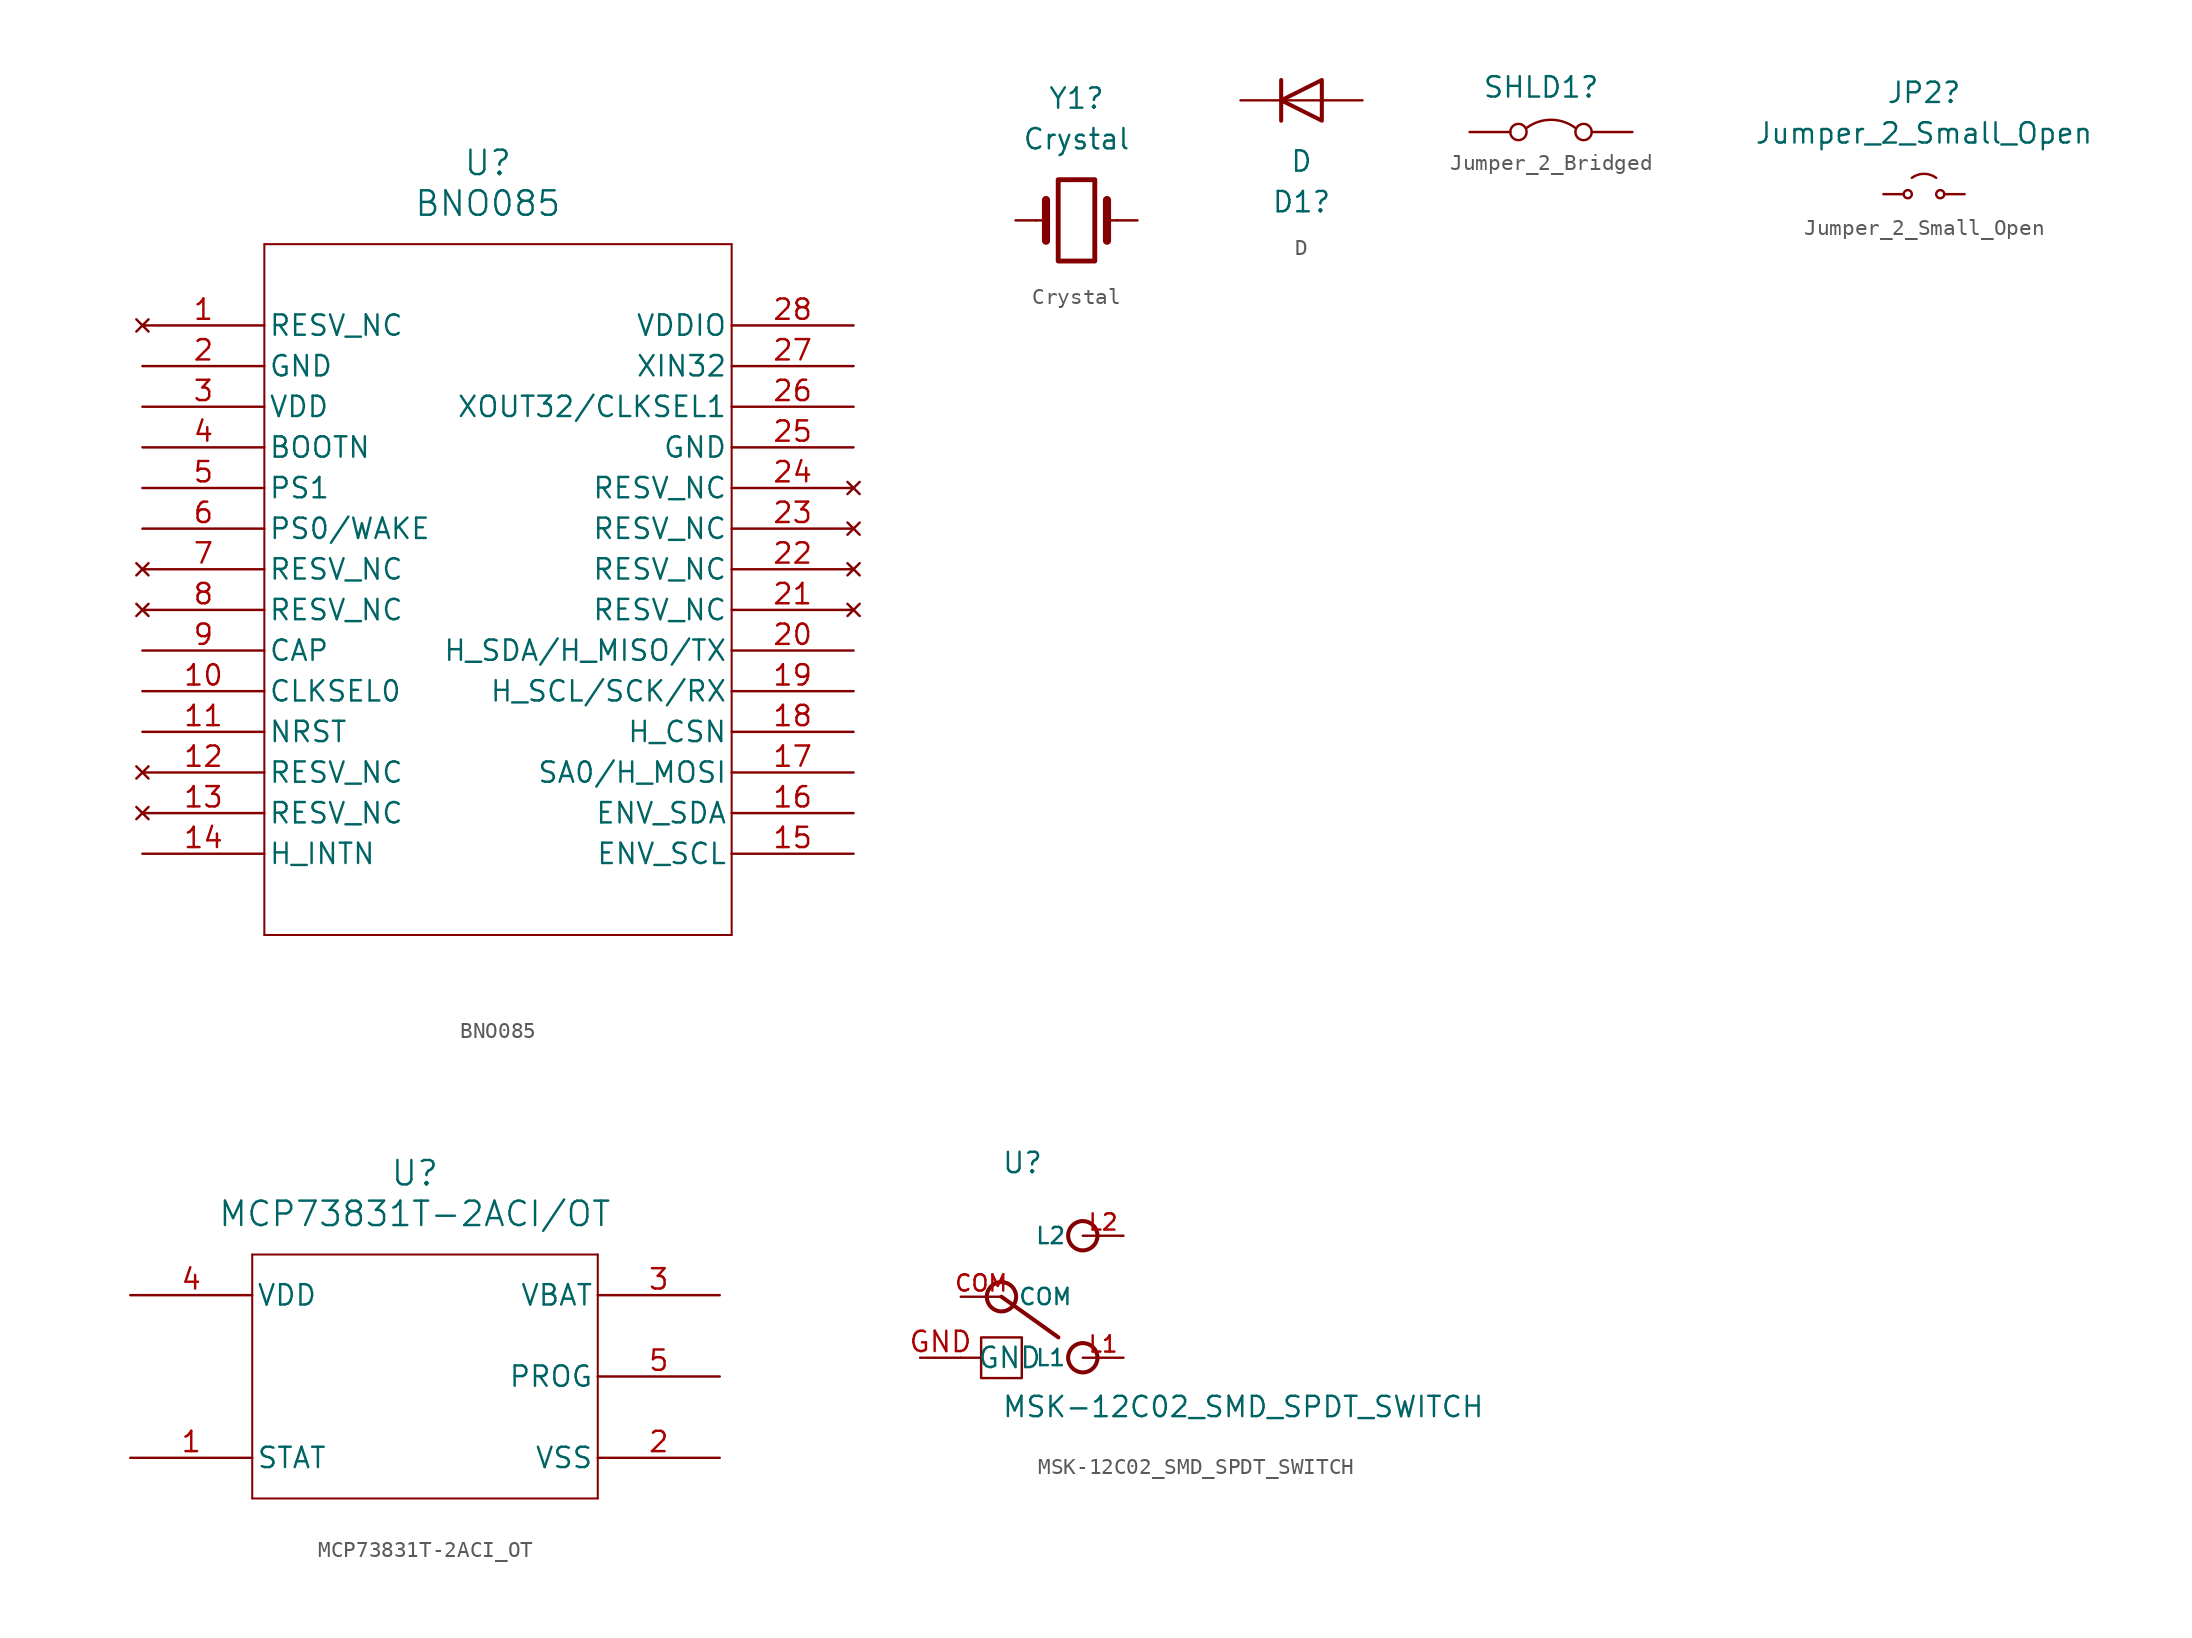
<source format=kicad_sym>
(kicad_symbol_lib
  (version 20231120)
  (generator "kicad_symbol_editor")
  (generator_version "8.0")
  (symbol "BNO085"
    (pin_names
      (offset 0.254))
    (property "Reference" "U"
      (at 35.56 10.16 0)
      (effects (font (size 1.524 1.524))))
    (property "Value" "BNO085"
      (at 35.56 7.62 0)
      (effects (font (size 1.524 1.524))))
    (symbol "BNO085_0_1"
      (polyline (pts (xy 21.59 -38.1) (xy 50.8 -38.1)) (stroke (width 0.127) (type default)) (fill (type none)))
      (polyline (pts (xy 21.59 5.08) (xy 21.59 -38.1)) (stroke (width 0.127) (type default)) (fill (type none)))
      (polyline (pts (xy 50.8 -38.1) (xy 50.8 5.08)) (stroke (width 0.127) (type default)) (fill (type none)))
      (polyline (pts (xy 50.8 5.08) (xy 21.59 5.08)) (stroke (width 0.127) (type default)) (fill (type none)))
      (pin no_connect line (at 13.97 0 0) (length 7.62) (name "RESV_NC" (effects (font (size 1.27 1.27)))) (number "1" (effects (font (size 1.27 1.27)))))
      (pin input line (at 13.97 -22.86 0) (length 7.62) (name "CLKSEL0" (effects (font (size 1.27 1.27)))) (number "10" (effects (font (size 1.27 1.27)))))
      (pin input line (at 13.97 -25.4 0) (length 7.62) (name "NRST" (effects (font (size 1.27 1.27)))) (number "11" (effects (font (size 1.27 1.27)))))
      (pin no_connect line (at 13.97 -27.94 0) (length 7.62) (name "RESV_NC" (effects (font (size 1.27 1.27)))) (number "12" (effects (font (size 1.27 1.27)))))
      (pin no_connect line (at 13.97 -30.48 0) (length 7.62) (name "RESV_NC" (effects (font (size 1.27 1.27)))) (number "13" (effects (font (size 1.27 1.27)))))
      (pin output line (at 13.97 -33.02 0) (length 7.62) (name "H_INTN" (effects (font (size 1.27 1.27)))) (number "14" (effects (font (size 1.27 1.27)))))
      (pin bidirectional line (at 58.42 -33.02 180) (length 7.62) (name "ENV_SCL" (effects (font (size 1.27 1.27)))) (number "15" (effects (font (size 1.27 1.27)))))
      (pin bidirectional line (at 58.42 -30.48 180) (length 7.62) (name "ENV_SDA" (effects (font (size 1.27 1.27)))) (number "16" (effects (font (size 1.27 1.27)))))
      (pin input line (at 58.42 -27.94 180) (length 7.62) (name "SA0/H_MOSI" (effects (font (size 1.27 1.27)))) (number "17" (effects (font (size 1.27 1.27)))))
      (pin input line (at 58.42 -25.4 180) (length 7.62) (name "H_CSN" (effects (font (size 1.27 1.27)))) (number "18" (effects (font (size 1.27 1.27)))))
      (pin bidirectional line (at 58.42 -22.86 180) (length 7.62) (name "H_SCL/SCK/RX" (effects (font (size 1.27 1.27)))) (number "19" (effects (font (size 1.27 1.27)))))
      (pin power_out line (at 13.97 -2.54 0) (length 7.62) (name "GND" (effects (font (size 1.27 1.27)))) (number "2" (effects (font (size 1.27 1.27)))))
      (pin bidirectional line (at 58.42 -20.32 180) (length 7.62) (name "H_SDA/H_MISO/TX" (effects (font (size 1.27 1.27)))) (number "20" (effects (font (size 1.27 1.27)))))
      (pin no_connect line (at 58.42 -17.78 180) (length 7.62) (name "RESV_NC" (effects (font (size 1.27 1.27)))) (number "21" (effects (font (size 1.27 1.27)))))
      (pin no_connect line (at 58.42 -15.24 180) (length 7.62) (name "RESV_NC" (effects (font (size 1.27 1.27)))) (number "22" (effects (font (size 1.27 1.27)))))
      (pin no_connect line (at 58.42 -12.7 180) (length 7.62) (name "RESV_NC" (effects (font (size 1.27 1.27)))) (number "23" (effects (font (size 1.27 1.27)))))
      (pin no_connect line (at 58.42 -10.16 180) (length 7.62) (name "RESV_NC" (effects (font (size 1.27 1.27)))) (number "24" (effects (font (size 1.27 1.27)))))
      (pin power_out line (at 58.42 -7.62 180) (length 7.62) (name "GND" (effects (font (size 1.27 1.27)))) (number "25" (effects (font (size 1.27 1.27)))))
      (pin output line (at 58.42 -5.08 180) (length 7.62) (name "XOUT32/CLKSEL1" (effects (font (size 1.27 1.27)))) (number "26" (effects (font (size 1.27 1.27)))))
      (pin input line (at 58.42 -2.54 180) (length 7.62) (name "XIN32" (effects (font (size 1.27 1.27)))) (number "27" (effects (font (size 1.27 1.27)))))
      (pin power_in line (at 58.42 0 180) (length 7.62) (name "VDDIO" (effects (font (size 1.27 1.27)))) (number "28" (effects (font (size 1.27 1.27)))))
      (pin power_in line (at 13.97 -5.08 0) (length 7.62) (name "VDD" (effects (font (size 1.27 1.27)))) (number "3" (effects (font (size 1.27 1.27)))))
      (pin input line (at 13.97 -7.62 0) (length 7.62) (name "BOOTN" (effects (font (size 1.27 1.27)))) (number "4" (effects (font (size 1.27 1.27)))))
      (pin input line (at 13.97 -10.16 0) (length 7.62) (name "PS1" (effects (font (size 1.27 1.27)))) (number "5" (effects (font (size 1.27 1.27)))))
      (pin input line (at 13.97 -12.7 0) (length 7.62) (name "PS0/WAKE" (effects (font (size 1.27 1.27)))) (number "6" (effects (font (size 1.27 1.27)))))
      (pin no_connect line (at 13.97 -15.24 0) (length 7.62) (name "RESV_NC" (effects (font (size 1.27 1.27)))) (number "7" (effects (font (size 1.27 1.27)))))
      (pin no_connect line (at 13.97 -17.78 0) (length 7.62) (name "RESV_NC" (effects (font (size 1.27 1.27)))) (number "8" (effects (font (size 1.27 1.27)))))
      (pin power_in line (at 13.97 -20.32 0) (length 7.62) (name "CAP" (effects (font (size 1.27 1.27)))) (number "9" (effects (font (size 1.27 1.27)))))))
  (symbol "Crystal"
    (pin_numbers hide)
    (pin_names
      (offset 1.016) hide)
    (property "Reference" "Y1"
      (at 0 7.62 0)
      (effects (font (size 1.27 1.27))))
    (property "Value" "Crystal"
      (at 0 5.08 0)
      (effects (font (size 1.27 1.27))))
    (symbol "Crystal_0_1"
      (rectangle (start -1.143 2.54) (end 1.143 -2.54) (stroke (width 0.305) (type default)) (fill (type none)))
      (polyline (pts (xy -2.54 0) (xy -1.905 0)) (stroke (width 0) (type default)) (fill (type none)))
      (polyline (pts (xy -1.905 -1.27) (xy -1.905 1.27)) (stroke (width 0.508) (type default)) (fill (type none)))
      (polyline (pts (xy 1.905 -1.27) (xy 1.905 1.27)) (stroke (width 0.508) (type default)) (fill (type none)))
      (polyline (pts (xy 2.54 0) (xy 1.905 0)) (stroke (width 0) (type default)) (fill (type none))))
    (symbol "Crystal_1_1"
      (pin passive line (at -3.81 0 0) (length 1.27) (name "1" (effects (font (size 1.27 1.27)))) (number "1" (effects (font (size 1.27 1.27)))))
      (pin passive line (at 3.81 0 180) (length 1.27) (name "2" (effects (font (size 1.27 1.27)))) (number "2" (effects (font (size 1.27 1.27)))))))
  (symbol "D"
    (pin_numbers hide)
    (pin_names
      (offset 1.016) hide)
    (property "Reference" "D1"
      (at 0 -6.35 0)
      (effects (font (size 1.27 1.27))))
    (property "Value" "D"
      (at 0 -3.81 0)
      (effects (font (size 1.27 1.27))))
    (symbol "D_0_1"
      (polyline (pts (xy -1.27 1.27) (xy -1.27 -1.27)) (stroke (width 0.254) (type default)) (fill (type none)))
      (polyline (pts (xy 1.27 0) (xy -1.27 0)) (stroke (width 0) (type default)) (fill (type none)))
      (polyline (pts (xy 1.27 1.27) (xy 1.27 -1.27) (xy -1.27 0) (xy 1.27 1.27)) (stroke (width 0.254) (type default)) (fill (type none))))
    (symbol "D_1_1"
      (pin passive line (at -3.81 0 0) (length 2.54) (name "K" (effects (font (size 1.27 1.27)))) (number "1" (effects (font (size 1.27 1.27)))))
      (pin passive line (at 3.81 0 180) (length 2.54) (name "A" (effects (font (size 1.27 1.27)))) (number "2" (effects (font (size 1.27 1.27)))))))
  (symbol "Jumper_2_Bridged"
    (pin_numbers hide)
    (pin_names
      (offset 0) hide)
    (property "Reference" "SHLD1"
      (at 3.048 2.794 0)
      (effects (font (size 1.27 1.27)) (justify right)))
    (symbol "Jumper_2_Bridged_0_0"
      (circle (center -2.032 0) (radius 0.508) (stroke (width 0) (type default)) (fill (type none)))
      (circle (center 2.032 0) (radius 0.508) (stroke (width 0) (type default)) (fill (type none))))
    (symbol "Jumper_2_Bridged_0_1"
      (arc (start 1.524 0.254) (mid 0 0.762) (end -1.524 0.254) (stroke (width 0) (type default)) (fill (type none))))
    (symbol "Jumper_2_Bridged_1_1"
      (pin passive line (at -5.08 0 0) (length 2.54) (name "A" (effects (font (size 1.27 1.27)))) (number "1" (effects (font (size 1.27 1.27)))))
      (pin passive line (at 5.08 0 180) (length 2.54) (name "B" (effects (font (size 1.27 1.27)))) (number "2" (effects (font (size 1.27 1.27)))))))
  (symbol "Jumper_2_Small_Open"
    (pin_numbers hide)
    (pin_names
      (offset 0) hide)
    (property "Reference" "JP2"
      (at 0 6.35 0)
      (effects (font (size 1.27 1.27))))
    (property "Value" "Jumper_2_Small_Open"
      (at 0 3.81 0)
      (effects (font (size 1.27 1.27))))
    (symbol "Jumper_2_Small_Open_0_0"
      (circle (center -1.016 0) (radius 0.254) (stroke (width 0) (type default)) (fill (type none)))
      (circle (center 1.016 0) (radius 0.254) (stroke (width 0) (type default)) (fill (type none))))
    (symbol "Jumper_2_Small_Open_0_1"
      (arc (start 0.762 1.0196) (mid 0 1.2729) (end -0.762 1.0196) (stroke (width 0) (type default)) (fill (type none))))
    (symbol "Jumper_2_Small_Open_1_1"
      (pin passive line (at -2.54 0 0) (length 1.27) (name "A" (effects (font (size 1.27 1.27)))) (number "1" (effects (font (size 1.27 1.27)))))
      (pin passive line (at 2.54 0 180) (length 1.27) (name "B" (effects (font (size 1.27 1.27)))) (number "2" (effects (font (size 1.27 1.27)))))))
  (symbol "MCP73831T-2ACI_OT"
    (pin_names
      (offset 0.254))
    (property "Reference" "U"
      (at 30.48 10.16 0)
      (effects (font (size 1.524 1.524))))
    (property "Value" "MCP73831T-2ACI/OT"
      (at 30.48 7.62 0)
      (effects (font (size 1.524 1.524))))
    (symbol "MCP73831T-2ACI_OT_0_1"
      (polyline (pts (xy 20.32 -10.16) (xy 41.91 -10.16)) (stroke (width 0.127) (type default)) (fill (type none)))
      (polyline (pts (xy 20.32 5.08) (xy 20.32 -10.16)) (stroke (width 0.127) (type default)) (fill (type none)))
      (polyline (pts (xy 41.91 -10.16) (xy 41.91 5.08)) (stroke (width 0.127) (type default)) (fill (type none)))
      (polyline (pts (xy 41.91 5.08) (xy 20.32 5.08)) (stroke (width 0.127) (type default)) (fill (type none)))
      (pin unspecified line (at 12.7 -7.62 0) (length 7.62) (name "STAT" (effects (font (size 1.27 1.27)))) (number "1" (effects (font (size 1.27 1.27)))))
      (pin unspecified line (at 49.53 -7.62 180) (length 7.62) (name "VSS" (effects (font (size 1.27 1.27)))) (number "2" (effects (font (size 1.27 1.27)))))
      (pin unspecified line (at 49.53 2.54 180) (length 7.62) (name "VBAT" (effects (font (size 1.27 1.27)))) (number "3" (effects (font (size 1.27 1.27)))))
      (pin unspecified line (at 12.7 2.54 0) (length 7.62) (name "VDD" (effects (font (size 1.27 1.27)))) (number "4" (effects (font (size 1.27 1.27)))))
      (pin unspecified line (at 49.53 -2.54 180) (length 7.62) (name "PROG" (effects (font (size 1.27 1.27)))) (number "5" (effects (font (size 1.27 1.27)))))))
  (symbol "MSK-12C02_SMD_SPDT_SWITCH"
    (pin_names
      (offset 1.016))
    (property "Reference" "U"
      (at -5.08 7.62 0)
      (effects (font (size 1.27 1.27)) (justify left bottom)))
    (property "Value" "MSK-12C02_SMD_SPDT_SWITCH"
      (at -5.08 -7.62 0)
      (effects (font (size 1.27 1.27)) (justify left bottom)))
    (symbol "MSK-12C02_SMD_SPDT_SWITCH_0_0"
      (circle (center -5.08 0) (radius 0.916) (stroke (width 0.254) (type default)) (fill (type none)))
      (circle (center 0 -3.81) (radius 0.916) (stroke (width 0.254) (type default)) (fill (type none)))
      (polyline (pts (xy -5.08 0) (xy -1.524 -2.54)) (stroke (width 0.254) (type default)) (fill (type none)))
      (circle (center 0 3.81) (radius 0.916) (stroke (width 0.254) (type default)) (fill (type none)))
      (pin bidirectional line (at -7.62 0 0) (length 2.54) (name "COM" (effects (font (size 1.016 1.016)))) (number "COM" (effects (font (size 1.016 1.016)))))
      (pin bidirectional line (at 2.54 -3.81 180) (length 2.54) (name "L1" (effects (font (size 1.016 1.016)))) (number "L1" (effects (font (size 1.016 1.016)))))
      (pin bidirectional line (at 2.54 3.81 180) (length 2.54) (name "L2" (effects (font (size 1.016 1.016)))) (number "L2" (effects (font (size 1.016 1.016))))))
    (symbol "MSK-12C02_SMD_SPDT_SWITCH_0_1"
      (rectangle (start -6.35 -2.54) (end -3.81 -5.08) (stroke (width 0) (type default)) (fill (type none)))
      (polyline (pts (xy -7.62 -3.81) (xy -6.35 -3.81)) (stroke (width 0) (type default)) (fill (type none))))
    (symbol "MSK-12C02_SMD_SPDT_SWITCH_1_1"
      (pin bidirectional line (at -10.16 -3.81 0) (length 2.54) (name "GND" (effects (font (size 1.27 1.27)))) (number "GND" (effects (font (size 1.27 1.27))))))))
</source>
